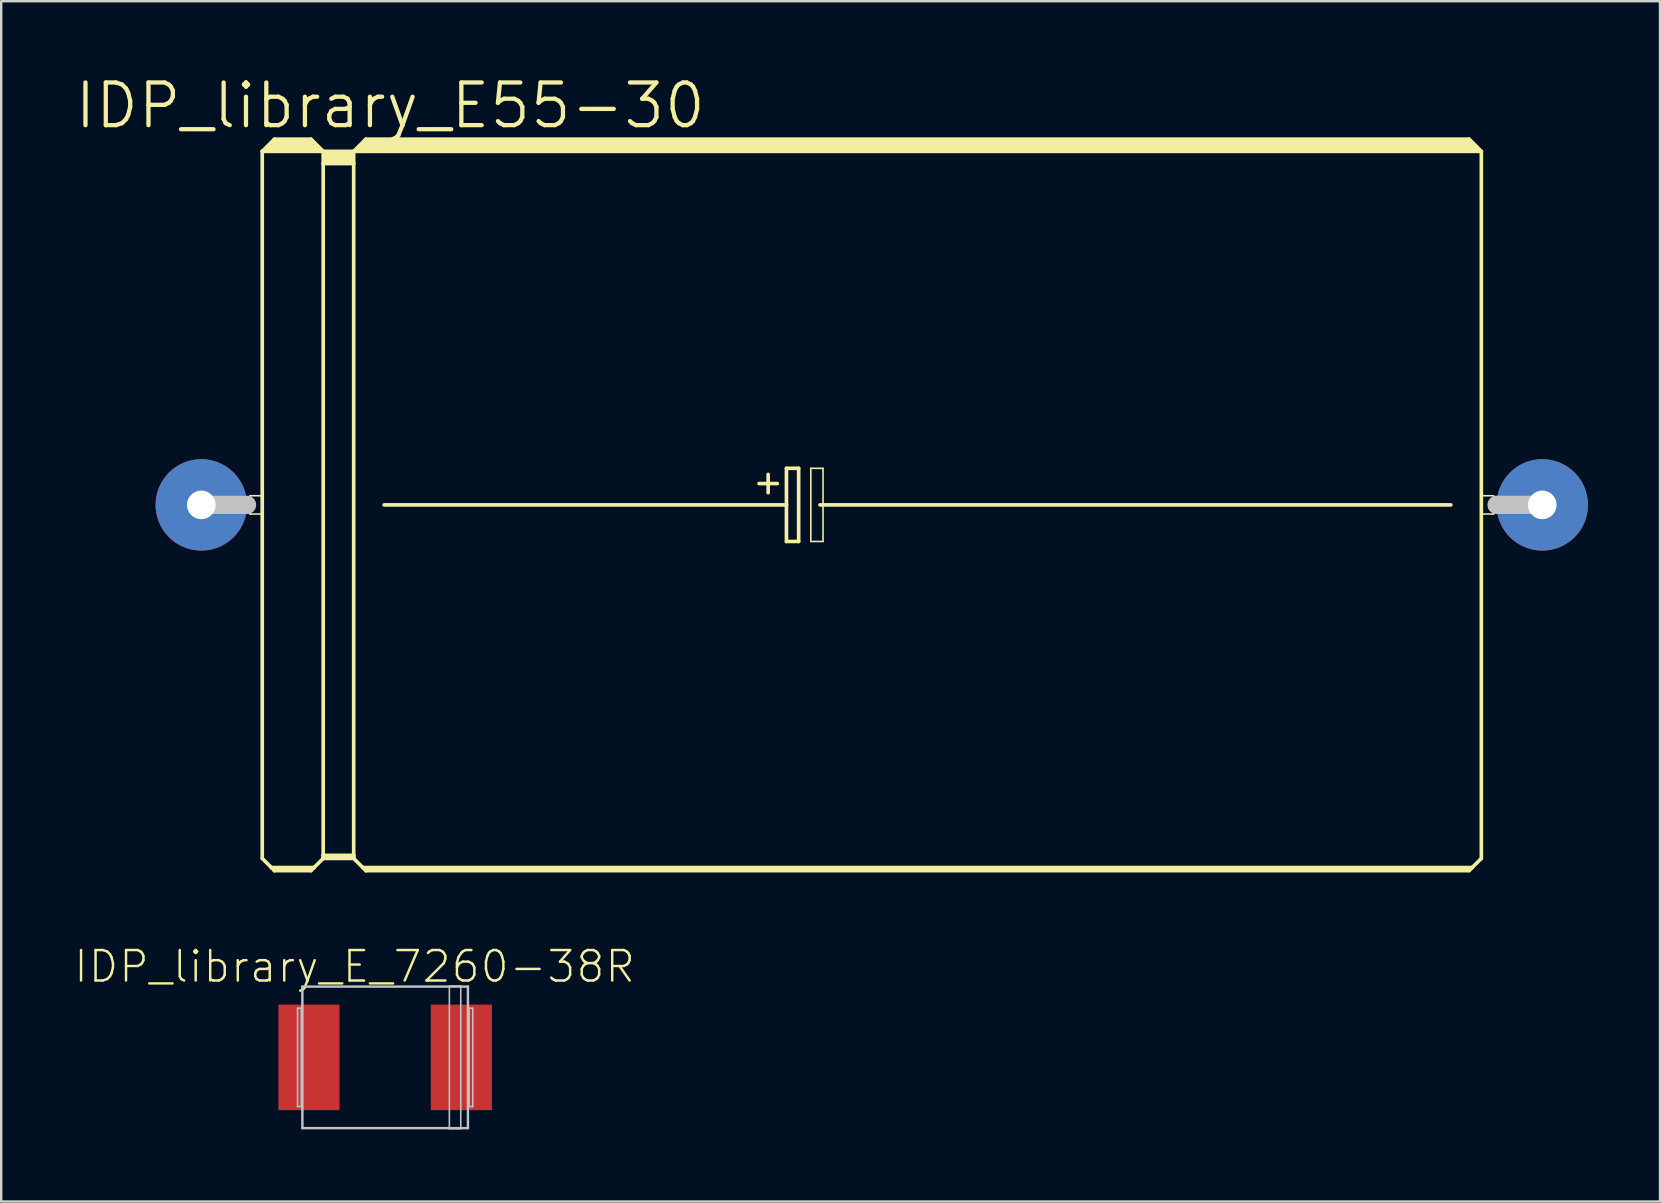
<source format=kicad_pcb>
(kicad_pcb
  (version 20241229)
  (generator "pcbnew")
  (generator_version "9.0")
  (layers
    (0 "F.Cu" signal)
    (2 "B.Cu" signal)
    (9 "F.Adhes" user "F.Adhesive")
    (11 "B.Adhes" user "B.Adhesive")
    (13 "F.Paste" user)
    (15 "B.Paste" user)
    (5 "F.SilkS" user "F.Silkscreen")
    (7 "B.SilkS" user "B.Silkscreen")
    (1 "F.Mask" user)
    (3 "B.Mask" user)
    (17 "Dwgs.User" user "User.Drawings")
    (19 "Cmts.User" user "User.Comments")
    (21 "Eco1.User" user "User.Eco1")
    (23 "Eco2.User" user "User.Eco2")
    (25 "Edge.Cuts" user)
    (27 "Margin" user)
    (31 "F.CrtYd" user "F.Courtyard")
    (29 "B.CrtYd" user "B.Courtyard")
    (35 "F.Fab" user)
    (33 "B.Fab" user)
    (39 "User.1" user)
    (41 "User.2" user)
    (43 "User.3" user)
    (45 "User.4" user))
  (footprint "IDP_library_E_7260-38R"
    (layer "F.Cu")
    (at 13 41.011)
    (property "Reference" "IDP_library_E_7260-38R" (at -1.273 -3.785 0) (layer "F.SilkS") (effects (font (size 1.27 1.27) (thickness 0.102))))
    (attr smd)
    (fp_line (start -3.65 -2.05) (end -3.498 -2.05) (stroke (width 0.066) (type solid)) (layer "Dwgs.User"))
    (fp_line (start -3.65 2.05) (end -3.65 -2.05) (stroke (width 0.066) (type solid)) (layer "Dwgs.User"))
    (fp_line (start -3.65 2.05) (end -3.498 2.05) (stroke (width 0.066) (type solid)) (layer "Dwgs.User"))
    (fp_line (start -3.498 2.05) (end -3.498 -2.05) (stroke (width 0.066) (type solid)) (layer "Dwgs.User"))
    (fp_line (start -3.449 -2.949) (end 3.449 -2.949) (stroke (width 0.102) (type solid)) (layer "Dwgs.User"))
    (fp_line (start -3.449 2.949) (end -3.449 -2.949) (stroke (width 0.102) (type solid)) (layer "Dwgs.User"))
    (fp_line (start 2.675 -2.974) (end 3.15 -2.974) (stroke (width 0.066) (type solid)) (layer "Dwgs.User"))
    (fp_line (start 2.675 2.974) (end 2.675 -2.974) (stroke (width 0.066) (type solid)) (layer "Dwgs.User"))
    (fp_line (start 2.675 2.974) (end 3.15 2.974) (stroke (width 0.066) (type solid)) (layer "Dwgs.User"))
    (fp_line (start 3.15 2.974) (end 3.15 -2.974) (stroke (width 0.066) (type solid)) (layer "Dwgs.User"))
    (fp_line (start 3.449 -2.949) (end 3.449 2.949) (stroke (width 0.102) (type solid)) (layer "Dwgs.User"))
    (fp_line (start 3.449 2.949) (end -3.449 2.949) (stroke (width 0.102) (type solid)) (layer "Dwgs.User"))
    (fp_line (start 3.498 -2.05) (end 3.65 -2.05) (stroke (width 0.066) (type solid)) (layer "Dwgs.User"))
    (fp_line (start 3.498 2.05) (end 3.498 -2.05) (stroke (width 0.066) (type solid)) (layer "Dwgs.User"))
    (fp_line (start 3.498 2.05) (end 3.65 2.05) (stroke (width 0.066) (type solid)) (layer "Dwgs.User"))
    (fp_line (start 3.65 2.05) (end 3.65 -2.05) (stroke (width 0.066) (type solid)) (layer "Dwgs.User"))
    (pad "+" smd rect (at 3.175 0) (size 2.548 4.399) (layers "F.Cu" "F.Mask" "F.Paste"))
    (pad "-" smd rect (at -3.175 0) (size 2.548 4.399) (layers "F.Cu" "F.Mask" "F.Paste")))
  (footprint "IDP_library_E55-30"
    (layer "F.Cu")
    (at 33.278 17.989)
    (property "Reference" "IDP_library_E55-30" (at -20.066 -16.637 0) (layer "F.SilkS") (effects (font (size 1.778 1.778) (thickness 0.178))))
    (attr exclude_from_pos_files exclude_from_bom)
    (fp_line (start -25.908 -0.381) (end -25.4 -0.381) (stroke (width 0.066) (type solid)) (layer "F.SilkS"))
    (fp_line (start -25.908 0.381) (end -25.908 -0.381) (stroke (width 0.066) (type solid)) (layer "F.SilkS"))
    (fp_line (start -25.908 0.381) (end -25.4 0.381) (stroke (width 0.066) (type solid)) (layer "F.SilkS"))
    (fp_line (start -25.4 -14.732) (end -25.4 14.732) (stroke (width 0.152) (type solid)) (layer "F.SilkS"))
    (fp_line (start -25.4 -14.732) (end -24.892 -15.24) (stroke (width 0.152) (type solid)) (layer "F.SilkS"))
    (fp_line (start -25.4 -14.732) (end -22.86 -14.732) (stroke (width 0.152) (type solid)) (layer "F.SilkS"))
    (fp_line (start -25.4 0.381) (end -25.4 -0.381) (stroke (width 0.066) (type solid)) (layer "F.SilkS"))
    (fp_line (start -25.4 14.732) (end -25.019 15.113) (stroke (width 0.152) (type solid)) (layer "F.SilkS"))
    (fp_line (start -25.146 -14.859) (end -23.114 -14.859) (stroke (width 0.305) (type solid)) (layer "F.SilkS"))
    (fp_line (start -25.019 15.113) (end -24.892 15.24) (stroke (width 0.152) (type solid)) (layer "F.SilkS"))
    (fp_line (start -25.019 15.113) (end -23.241 15.113) (stroke (width 0.152) (type solid)) (layer "F.SilkS"))
    (fp_line (start -24.892 -15.24) (end -23.368 -15.24) (stroke (width 0.152) (type solid)) (layer "F.SilkS"))
    (fp_line (start -24.892 -15.113) (end -23.368 -15.113) (stroke (width 0.305) (type solid)) (layer "F.SilkS"))
    (fp_line (start -24.892 15.189) (end -23.368 15.189) (stroke (width 0.152) (type solid)) (layer "F.SilkS"))
    (fp_line (start -24.892 15.24) (end -24.892 15.189) (stroke (width 0.152) (type solid)) (layer "F.SilkS"))
    (fp_line (start -24.892 15.24) (end -23.368 15.24) (stroke (width 0.152) (type solid)) (layer "F.SilkS"))
    (fp_line (start -23.368 -15.24) (end -22.86 -14.732) (stroke (width 0.152) (type solid)) (layer "F.SilkS"))
    (fp_line (start -23.368 15.24) (end -23.241 15.113) (stroke (width 0.152) (type solid)) (layer "F.SilkS"))
    (fp_line (start -23.241 15.113) (end -22.86 14.732) (stroke (width 0.152) (type solid)) (layer "F.SilkS"))
    (fp_line (start -22.86 -14.732) (end -21.59 -14.732) (stroke (width 0.152) (type solid)) (layer "F.SilkS"))
    (fp_line (start -22.86 -14.224) (end -22.86 -14.732) (stroke (width 0.152) (type solid)) (layer "F.SilkS"))
    (fp_line (start -22.86 -14.224) (end -21.59 -14.224) (stroke (width 0.152) (type solid)) (layer "F.SilkS"))
    (fp_line (start -22.86 14.605) (end -22.86 -14.224) (stroke (width 0.152) (type solid)) (layer "F.SilkS"))
    (fp_line (start -22.86 14.605) (end -21.59 14.605) (stroke (width 0.152) (type solid)) (layer "F.SilkS"))
    (fp_line (start -22.86 14.681) (end -22.86 14.605) (stroke (width 0.152) (type solid)) (layer "F.SilkS"))
    (fp_line (start -22.86 14.681) (end -21.59 14.681) (stroke (width 0.152) (type solid)) (layer "F.SilkS"))
    (fp_line (start -22.86 14.732) (end -22.86 14.681) (stroke (width 0.152) (type solid)) (layer "F.SilkS"))
    (fp_line (start -22.86 14.732) (end -21.59 14.732) (stroke (width 0.152) (type solid)) (layer "F.SilkS"))
    (fp_line (start -22.733 -14.605) (end -21.717 -14.605) (stroke (width 0.305) (type solid)) (layer "F.SilkS"))
    (fp_line (start -22.733 -14.348) (end -21.717 -14.348) (stroke (width 0.305) (type solid)) (layer "F.SilkS"))
    (fp_line (start -21.59 -14.732) (end -21.082 -15.24) (stroke (width 0.152) (type solid)) (layer "F.SilkS"))
    (fp_line (start -21.59 -14.732) (end 25.4 -14.732) (stroke (width 0.152) (type solid)) (layer "F.SilkS"))
    (fp_line (start -21.59 -14.224) (end -21.59 -14.732) (stroke (width 0.152) (type solid)) (layer "F.SilkS"))
    (fp_line (start -21.59 14.605) (end -21.59 -14.224) (stroke (width 0.152) (type solid)) (layer "F.SilkS"))
    (fp_line (start -21.59 14.681) (end -21.59 14.605) (stroke (width 0.152) (type solid)) (layer "F.SilkS"))
    (fp_line (start -21.59 14.732) (end -21.59 14.681) (stroke (width 0.152) (type solid)) (layer "F.SilkS"))
    (fp_line (start -21.59 14.732) (end -21.209 15.113) (stroke (width 0.152) (type solid)) (layer "F.SilkS"))
    (fp_line (start -21.336 -14.859) (end 25.146 -14.859) (stroke (width 0.305) (type solid)) (layer "F.SilkS"))
    (fp_line (start -21.209 15.113) (end -21.082 15.24) (stroke (width 0.152) (type solid)) (layer "F.SilkS"))
    (fp_line (start -21.209 15.113) (end 25.019 15.113) (stroke (width 0.152) (type solid)) (layer "F.SilkS"))
    (fp_line (start -21.082 -15.24) (end 24.892 -15.24) (stroke (width 0.152) (type solid)) (layer "F.SilkS"))
    (fp_line (start -21.082 -15.113) (end 24.892 -15.113) (stroke (width 0.305) (type solid)) (layer "F.SilkS"))
    (fp_line (start -21.082 15.189) (end 24.892 15.189) (stroke (width 0.152) (type solid)) (layer "F.SilkS"))
    (fp_line (start -21.082 15.24) (end -21.082 15.189) (stroke (width 0.152) (type solid)) (layer "F.SilkS"))
    (fp_line (start -21.082 15.24) (end 24.892 15.24) (stroke (width 0.152) (type solid)) (layer "F.SilkS"))
    (fp_line (start -20.32 0) (end -3.556 0) (stroke (width 0.152) (type solid)) (layer "F.SilkS"))
    (fp_line (start -4.699 -0.889) (end -3.937 -0.889) (stroke (width 0.152) (type solid)) (layer "F.SilkS"))
    (fp_line (start -4.318 -1.27) (end -4.318 -0.508) (stroke (width 0.152) (type solid)) (layer "F.SilkS"))
    (fp_line (start -3.556 -1.524) (end -3.556 0) (stroke (width 0.152) (type solid)) (layer "F.SilkS"))
    (fp_line (start -3.556 0) (end -3.556 1.524) (stroke (width 0.152) (type solid)) (layer "F.SilkS"))
    (fp_line (start -3.556 1.524) (end -3.048 1.524) (stroke (width 0.152) (type solid)) (layer "F.SilkS"))
    (fp_line (start -3.048 -1.524) (end -3.556 -1.524) (stroke (width 0.152) (type solid)) (layer "F.SilkS"))
    (fp_line (start -3.048 1.524) (end -3.048 -1.524) (stroke (width 0.152) (type solid)) (layer "F.SilkS"))
    (fp_line (start -2.54 -1.524) (end -2.032 -1.524) (stroke (width 0.066) (type solid)) (layer "F.SilkS"))
    (fp_line (start -2.54 1.524) (end -2.54 -1.524) (stroke (width 0.066) (type solid)) (layer "F.SilkS"))
    (fp_line (start -2.54 1.524) (end -2.032 1.524) (stroke (width 0.066) (type solid)) (layer "F.SilkS"))
    (fp_line (start -2.159 0) (end 24.13 0) (stroke (width 0.152) (type solid)) (layer "F.SilkS"))
    (fp_line (start -2.032 1.524) (end -2.032 -1.524) (stroke (width 0.066) (type solid)) (layer "F.SilkS"))
    (fp_line (start 24.892 -15.24) (end 25.4 -14.732) (stroke (width 0.152) (type solid)) (layer "F.SilkS"))
    (fp_line (start 24.892 15.24) (end 25.019 15.113) (stroke (width 0.152) (type solid)) (layer "F.SilkS"))
    (fp_line (start 25.019 15.113) (end 25.4 14.732) (stroke (width 0.152) (type solid)) (layer "F.SilkS"))
    (fp_line (start 25.4 -14.732) (end 25.4 14.732) (stroke (width 0.152) (type solid)) (layer "F.SilkS"))
    (fp_line (start 25.4 -0.381) (end 25.908 -0.381) (stroke (width 0.066) (type solid)) (layer "F.SilkS"))
    (fp_line (start 25.4 0.381) (end 25.4 -0.381) (stroke (width 0.066) (type solid)) (layer "F.SilkS"))
    (fp_line (start 25.4 0.381) (end 25.908 0.381) (stroke (width 0.066) (type solid)) (layer "F.SilkS"))
    (fp_line (start 25.908 0.381) (end 25.908 -0.381) (stroke (width 0.066) (type solid)) (layer "F.SilkS"))
    (fp_line (start -27.94 0) (end -26.035 0) (stroke (width 0.762) (type solid)) (layer "Dwgs.User"))
    (fp_line (start 27.94 0) (end 26.035 0) (stroke (width 0.762) (type solid)) (layer "Dwgs.User"))
    (pad "+" thru_hole circle (at -27.94 0) (size 3.81 3.81) (drill 1.194) (layers "*.Cu" "*.Paste" "*.Mask"))
    (pad "-" thru_hole circle (at 27.94 0) (size 3.81 3.81) (drill 1.194) (layers "*.Cu" "*.Paste" "*.Mask")))
  (gr_rect
    (start -3 -3)
    (end 66.123 47.019)
    (stroke (width 0.1) (type default))
    (fill no)
    (layer "Edge.Cuts")))
</source>
